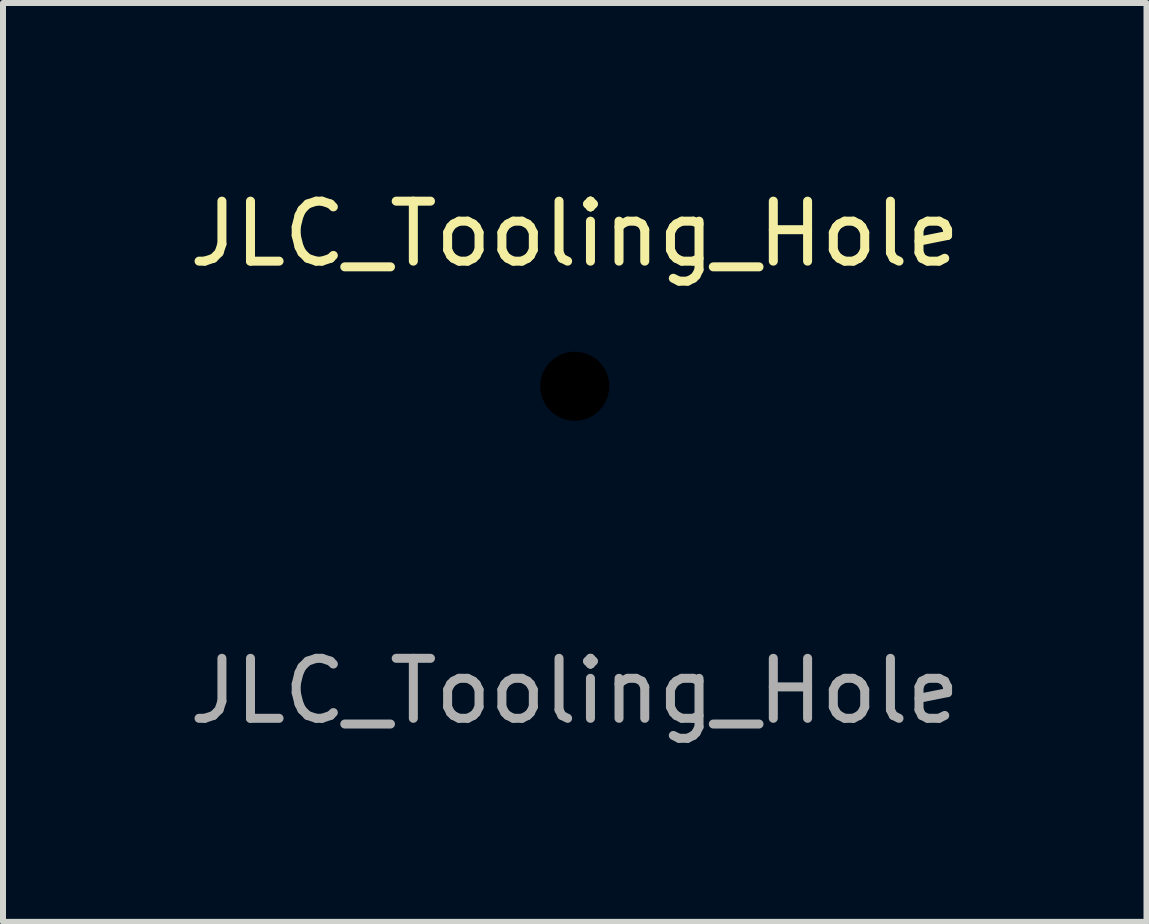
<source format=kicad_pcb>
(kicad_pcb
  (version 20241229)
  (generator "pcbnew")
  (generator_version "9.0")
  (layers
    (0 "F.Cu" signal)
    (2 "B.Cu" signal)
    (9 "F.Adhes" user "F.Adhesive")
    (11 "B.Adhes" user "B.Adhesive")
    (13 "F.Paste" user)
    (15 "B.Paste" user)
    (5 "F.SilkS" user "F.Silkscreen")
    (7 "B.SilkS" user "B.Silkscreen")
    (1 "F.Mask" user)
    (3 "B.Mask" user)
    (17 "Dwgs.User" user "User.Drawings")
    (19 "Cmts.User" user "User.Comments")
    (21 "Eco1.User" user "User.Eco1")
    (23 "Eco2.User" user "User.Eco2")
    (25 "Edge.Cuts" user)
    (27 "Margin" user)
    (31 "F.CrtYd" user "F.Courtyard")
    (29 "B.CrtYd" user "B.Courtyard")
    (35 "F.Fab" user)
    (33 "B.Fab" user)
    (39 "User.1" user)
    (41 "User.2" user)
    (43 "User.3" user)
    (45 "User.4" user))
  (footprint "JLC_Tooling_Hole"
    (layer "F.Cu")
    (at 6.53 3.388)
    (property "Reference" "JLC_Tooling_Hole" (at 0 -2.54 0) (unlocked yes) (layer "F.SilkS") (effects (font (size 1 1) (thickness 0.15))))
    (attr through_hole)
    (fp_text user "${REFERENCE}" (at 0 5.08 0) (unlocked yes) (layer "F.Fab") (effects (font (size 1 1) (thickness 0.15))))
    (pad "" np_thru_hole circle (at 0 0) (size 1.3 1.3) (drill 1.152) (layers "*.Mask")))
  (gr_rect
    (start -3 -3)
    (end 16.06 12.316)
    (stroke (width 0.1) (type default))
    (fill no)
    (layer "Edge.Cuts")))
</source>
